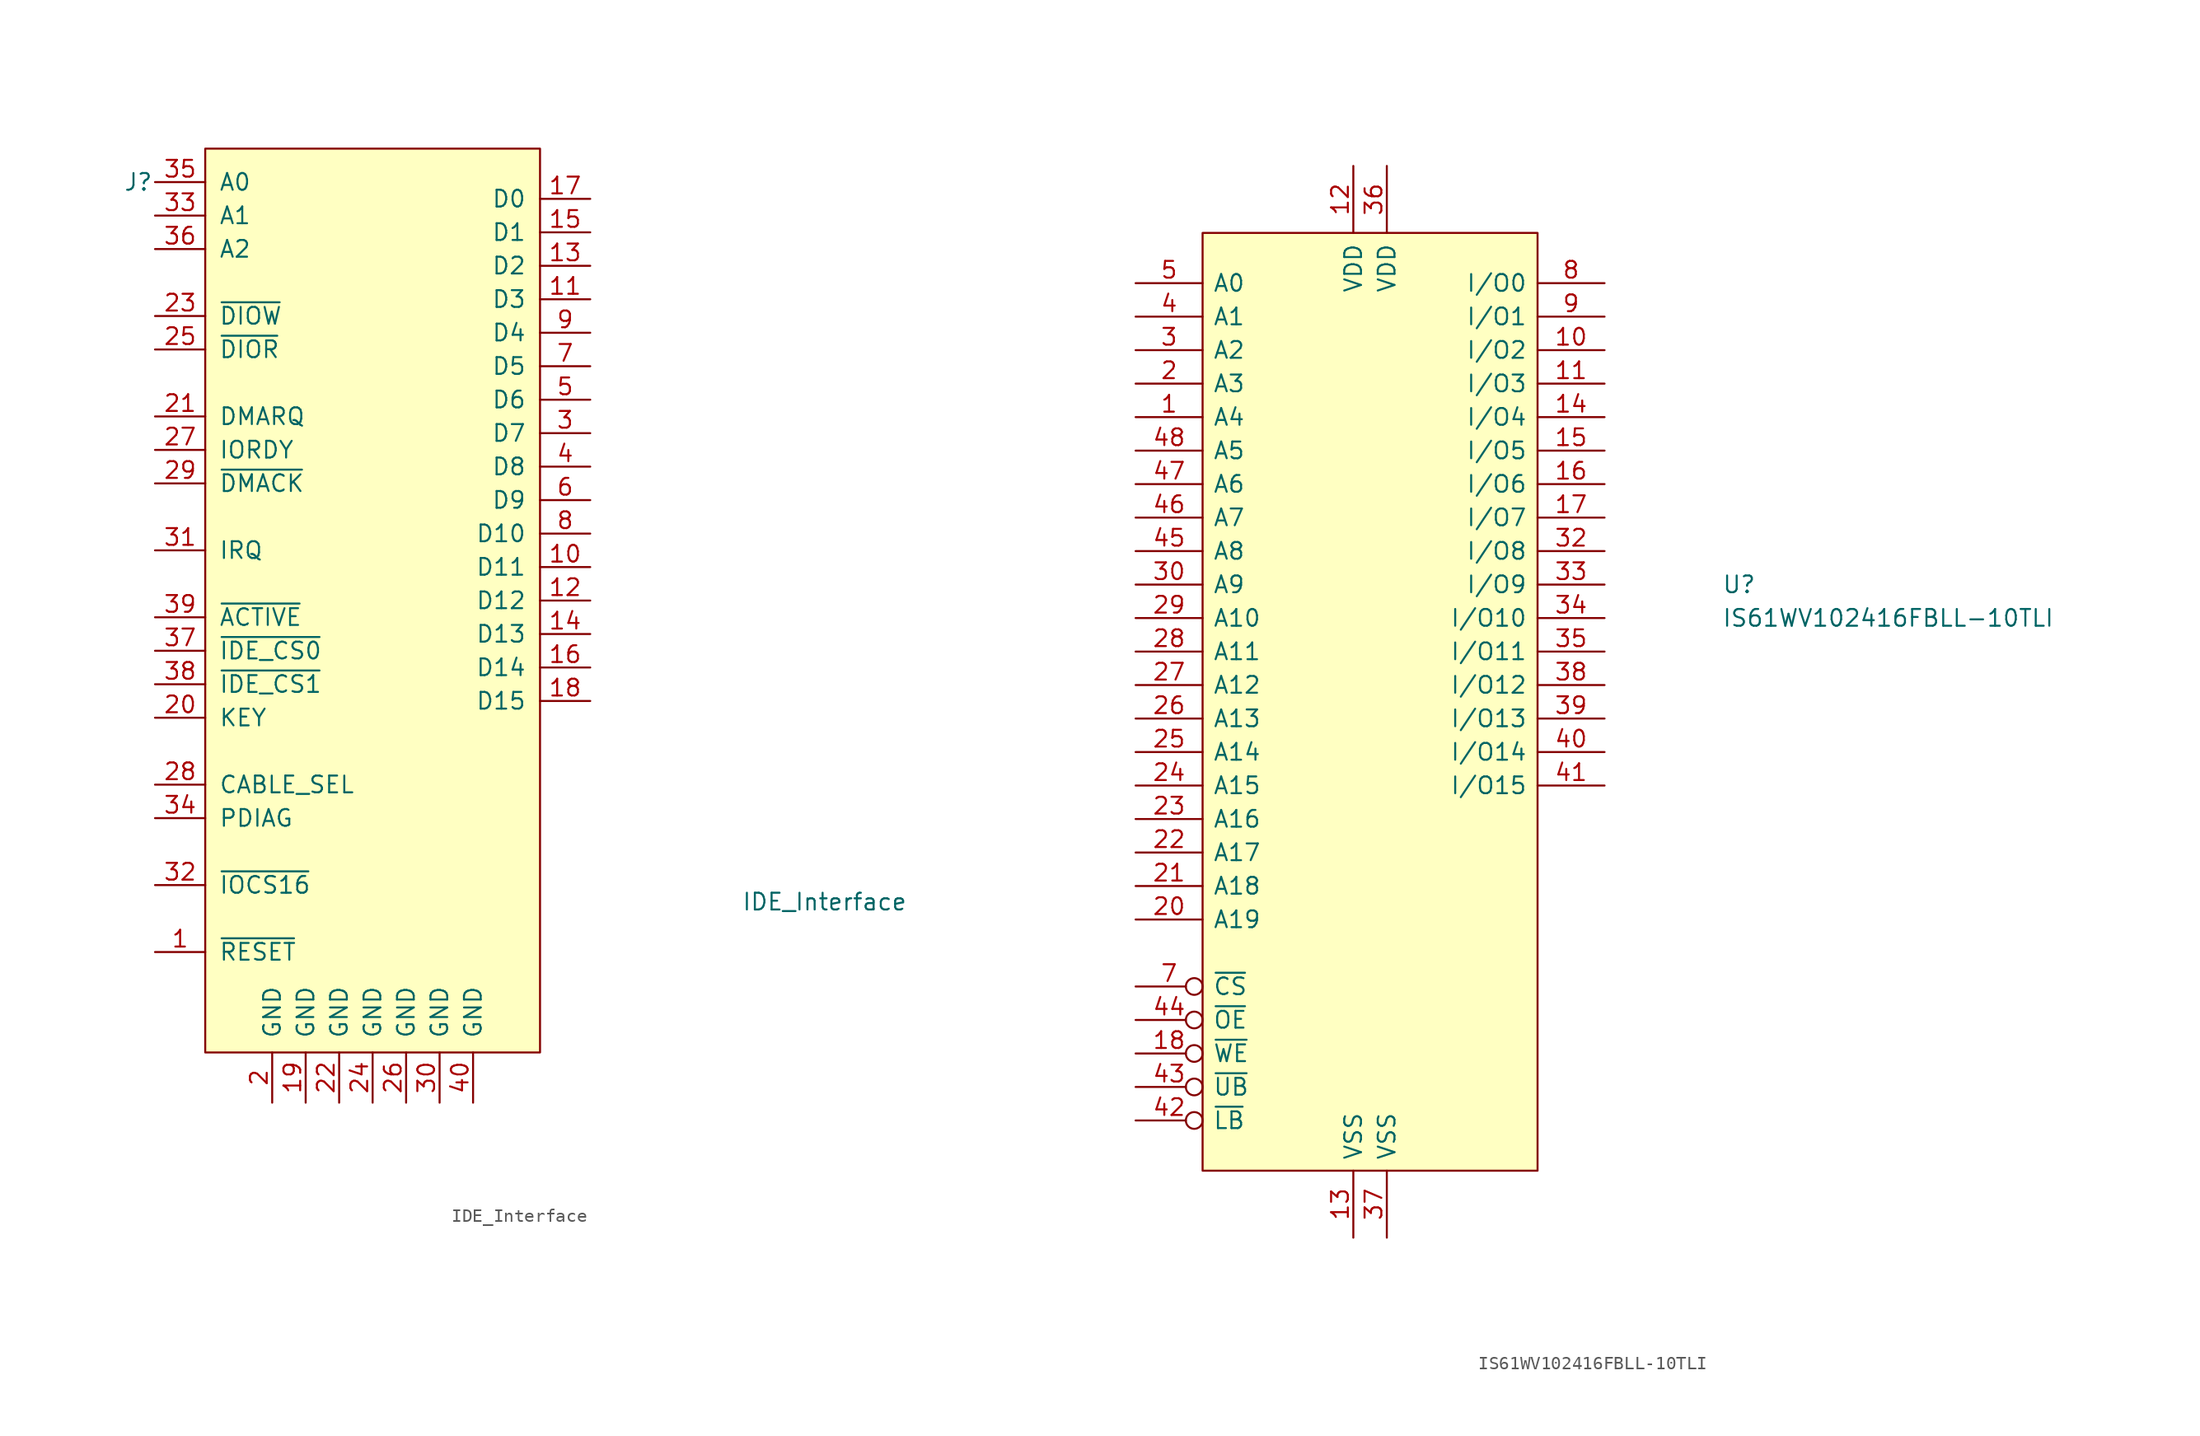
<source format=kicad_sym>
(kicad_symbol_lib
  (version 20220914)
  (generator kicad_symbol_editor)
  (symbol "IDE_Interface"
    (pin_names
      (offset 1.016))
    (property "Reference" "J"
      (at -17.78 25.4 0)
      (effects (font (size 1.27 1.27))))
    (property "Value" "IDE_Interface"
      (at 34.29 -29.21 0)
      (effects (font (size 1.27 1.27))))
    (symbol "IDE_Interface_0_1"
      (rectangle (start -12.7 27.94) (end 12.7 -40.64) (stroke (width 0) (type default)) (fill (type background))))
    (symbol "IDE_Interface_1_1"
      (pin input line (at -16.51 -33.02 0) (length 3.81) (name "~{RESET}" (effects (font (size 1.27 1.27)))) (number "1" (effects (font (size 1.27 1.27)))))
      (pin bidirectional line (at 16.51 -3.81 180) (length 3.81) (name "D11" (effects (font (size 1.27 1.27)))) (number "10" (effects (font (size 1.27 1.27)))))
      (pin bidirectional line (at 16.51 16.51 180) (length 3.81) (name "D3" (effects (font (size 1.27 1.27)))) (number "11" (effects (font (size 1.27 1.27)))))
      (pin bidirectional line (at 16.51 -6.35 180) (length 3.81) (name "D12" (effects (font (size 1.27 1.27)))) (number "12" (effects (font (size 1.27 1.27)))))
      (pin bidirectional line (at 16.51 19.05 180) (length 3.81) (name "D2" (effects (font (size 1.27 1.27)))) (number "13" (effects (font (size 1.27 1.27)))))
      (pin bidirectional line (at 16.51 -8.89 180) (length 3.81) (name "D13" (effects (font (size 1.27 1.27)))) (number "14" (effects (font (size 1.27 1.27)))))
      (pin bidirectional line (at 16.51 21.59 180) (length 3.81) (name "D1" (effects (font (size 1.27 1.27)))) (number "15" (effects (font (size 1.27 1.27)))))
      (pin bidirectional line (at 16.51 -11.43 180) (length 3.81) (name "D14" (effects (font (size 1.27 1.27)))) (number "16" (effects (font (size 1.27 1.27)))))
      (pin bidirectional line (at 16.51 24.13 180) (length 3.81) (name "D0" (effects (font (size 1.27 1.27)))) (number "17" (effects (font (size 1.27 1.27)))))
      (pin bidirectional line (at 16.51 -13.97 180) (length 3.81) (name "D15" (effects (font (size 1.27 1.27)))) (number "18" (effects (font (size 1.27 1.27)))))
      (pin power_in line (at -5.08 -44.45 90) (length 3.81) (name "GND" (effects (font (size 1.27 1.27)))) (number "19" (effects (font (size 1.27 1.27)))))
      (pin power_in line (at -7.62 -44.45 90) (length 3.81) (name "GND" (effects (font (size 1.27 1.27)))) (number "2" (effects (font (size 1.27 1.27)))))
      (pin passive line (at -16.51 -15.24 0) (length 3.81) (name "KEY" (effects (font (size 1.27 1.27)))) (number "20" (effects (font (size 1.27 1.27)))))
      (pin output line (at -16.51 7.62 0) (length 3.81) (name "DMARQ" (effects (font (size 1.27 1.27)))) (number "21" (effects (font (size 1.27 1.27)))))
      (pin power_in line (at -2.54 -44.45 90) (length 3.81) (name "GND" (effects (font (size 1.27 1.27)))) (number "22" (effects (font (size 1.27 1.27)))))
      (pin input line (at -16.51 15.24 0) (length 3.81) (name "~{DIOW}" (effects (font (size 1.27 1.27)))) (number "23" (effects (font (size 1.27 1.27)))))
      (pin power_in line (at 0 -44.45 90) (length 3.81) (name "GND" (effects (font (size 1.27 1.27)))) (number "24" (effects (font (size 1.27 1.27)))))
      (pin input line (at -16.51 12.7 0) (length 3.81) (name "~{DIOR}" (effects (font (size 1.27 1.27)))) (number "25" (effects (font (size 1.27 1.27)))))
      (pin power_in line (at 2.54 -44.45 90) (length 3.81) (name "GND" (effects (font (size 1.27 1.27)))) (number "26" (effects (font (size 1.27 1.27)))))
      (pin output line (at -16.51 5.08 0) (length 3.81) (name "IORDY" (effects (font (size 1.27 1.27)))) (number "27" (effects (font (size 1.27 1.27)))))
      (pin input line (at -16.51 -20.32 0) (length 3.81) (name "CABLE_SEL" (effects (font (size 1.27 1.27)))) (number "28" (effects (font (size 1.27 1.27)))))
      (pin input line (at -16.51 2.54 0) (length 3.81) (name "~{DMACK}" (effects (font (size 1.27 1.27)))) (number "29" (effects (font (size 1.27 1.27)))))
      (pin bidirectional line (at 16.51 6.35 180) (length 3.81) (name "D7" (effects (font (size 1.27 1.27)))) (number "3" (effects (font (size 1.27 1.27)))))
      (pin power_in line (at 5.08 -44.45 90) (length 3.81) (name "GND" (effects (font (size 1.27 1.27)))) (number "30" (effects (font (size 1.27 1.27)))))
      (pin output line (at -16.51 -2.54 0) (length 3.81) (name "IRQ" (effects (font (size 1.27 1.27)))) (number "31" (effects (font (size 1.27 1.27)))))
      (pin input line (at -16.51 -27.94 0) (length 3.81) (name "~{IOCS16}" (effects (font (size 1.27 1.27)))) (number "32" (effects (font (size 1.27 1.27)))))
      (pin input line (at -16.51 22.86 0) (length 3.81) (name "A1" (effects (font (size 1.27 1.27)))) (number "33" (effects (font (size 1.27 1.27)))))
      (pin passive line (at -16.51 -22.86 0) (length 3.81) (name "PDIAG" (effects (font (size 1.27 1.27)))) (number "34" (effects (font (size 1.27 1.27)))))
      (pin input line (at -16.51 25.4 0) (length 3.81) (name "A0" (effects (font (size 1.27 1.27)))) (number "35" (effects (font (size 1.27 1.27)))))
      (pin input line (at -16.51 20.32 0) (length 3.81) (name "A2" (effects (font (size 1.27 1.27)))) (number "36" (effects (font (size 1.27 1.27)))))
      (pin input line (at -16.51 -10.16 0) (length 3.81) (name "~{IDE_CS0}" (effects (font (size 1.27 1.27)))) (number "37" (effects (font (size 1.27 1.27)))))
      (pin input line (at -16.51 -12.7 0) (length 3.81) (name "~{IDE_CS1}" (effects (font (size 1.27 1.27)))) (number "38" (effects (font (size 1.27 1.27)))))
      (pin output line (at -16.51 -7.62 0) (length 3.81) (name "~{ACTIVE}" (effects (font (size 1.27 1.27)))) (number "39" (effects (font (size 1.27 1.27)))))
      (pin bidirectional line (at 16.51 3.81 180) (length 3.81) (name "D8" (effects (font (size 1.27 1.27)))) (number "4" (effects (font (size 1.27 1.27)))))
      (pin power_in line (at 7.62 -44.45 90) (length 3.81) (name "GND" (effects (font (size 1.27 1.27)))) (number "40" (effects (font (size 1.27 1.27)))))
      (pin bidirectional line (at 16.51 8.89 180) (length 3.81) (name "D6" (effects (font (size 1.27 1.27)))) (number "5" (effects (font (size 1.27 1.27)))))
      (pin bidirectional line (at 16.51 1.27 180) (length 3.81) (name "D9" (effects (font (size 1.27 1.27)))) (number "6" (effects (font (size 1.27 1.27)))))
      (pin bidirectional line (at 16.51 11.43 180) (length 3.81) (name "D5" (effects (font (size 1.27 1.27)))) (number "7" (effects (font (size 1.27 1.27)))))
      (pin bidirectional line (at 16.51 -1.27 180) (length 3.81) (name "D10" (effects (font (size 1.27 1.27)))) (number "8" (effects (font (size 1.27 1.27)))))
      (pin bidirectional line (at 16.51 13.97 180) (length 3.81) (name "D4" (effects (font (size 1.27 1.27)))) (number "9" (effects (font (size 1.27 1.27)))))))
  (symbol "IS61WV102416FBLL-10TLI"
    (pin_names
      (offset 0.762))
    (property "Reference" "U"
      (at 26.67 7.62 0)
      (effects (font (size 1.27 1.27)) (justify left)))
    (property "Value" "IS61WV102416FBLL-10TLI"
      (at 26.67 5.08 0)
      (effects (font (size 1.27 1.27)) (justify left)))
    (symbol "IS61WV102416FBLL-10TLI_0_0"
      (pin input line (at -17.78 20.32 0) (length 5.08) (name "A4" (effects (font (size 1.27 1.27)))) (number "1" (effects (font (size 1.27 1.27)))))
      (pin bidirectional line (at 17.78 25.4 180) (length 5.08) (name "I/O2" (effects (font (size 1.27 1.27)))) (number "10" (effects (font (size 1.27 1.27)))))
      (pin bidirectional line (at 17.78 22.86 180) (length 5.08) (name "I/O3" (effects (font (size 1.27 1.27)))) (number "11" (effects (font (size 1.27 1.27)))))
      (pin power_in line (at -1.27 39.37 270) (length 5.08) (name "VDD" (effects (font (size 1.27 1.27)))) (number "12" (effects (font (size 1.27 1.27)))))
      (pin power_in line (at -1.27 -41.91 90) (length 5.08) (name "VSS" (effects (font (size 1.27 1.27)))) (number "13" (effects (font (size 1.27 1.27)))))
      (pin bidirectional line (at 17.78 20.32 180) (length 5.08) (name "I/O4" (effects (font (size 1.27 1.27)))) (number "14" (effects (font (size 1.27 1.27)))))
      (pin bidirectional line (at 17.78 17.78 180) (length 5.08) (name "I/O5" (effects (font (size 1.27 1.27)))) (number "15" (effects (font (size 1.27 1.27)))))
      (pin bidirectional line (at 17.78 15.24 180) (length 5.08) (name "I/O6" (effects (font (size 1.27 1.27)))) (number "16" (effects (font (size 1.27 1.27)))))
      (pin bidirectional line (at 17.78 12.7 180) (length 5.08) (name "I/O7" (effects (font (size 1.27 1.27)))) (number "17" (effects (font (size 1.27 1.27)))))
      (pin input inverted (at -17.78 -27.94 0) (length 5.08) (name "~{WE}" (effects (font (size 1.27 1.27)))) (number "18" (effects (font (size 1.27 1.27)))))
      (pin no_connect line (at 17.78 -25.4 180) (length 5.08) hide (name "NC_2" (effects (font (size 1.27 1.27)))) (number "19" (effects (font (size 1.27 1.27)))))
      (pin input line (at -17.78 22.86 0) (length 5.08) (name "A3" (effects (font (size 1.27 1.27)))) (number "2" (effects (font (size 1.27 1.27)))))
      (pin input line (at -17.78 -17.78 0) (length 5.08) (name "A19" (effects (font (size 1.27 1.27)))) (number "20" (effects (font (size 1.27 1.27)))))
      (pin input line (at -17.78 -15.24 0) (length 5.08) (name "A18" (effects (font (size 1.27 1.27)))) (number "21" (effects (font (size 1.27 1.27)))))
      (pin input line (at -17.78 -12.7 0) (length 5.08) (name "A17" (effects (font (size 1.27 1.27)))) (number "22" (effects (font (size 1.27 1.27)))))
      (pin input line (at -17.78 -10.16 0) (length 5.08) (name "A16" (effects (font (size 1.27 1.27)))) (number "23" (effects (font (size 1.27 1.27)))))
      (pin input line (at -17.78 -7.62 0) (length 5.08) (name "A15" (effects (font (size 1.27 1.27)))) (number "24" (effects (font (size 1.27 1.27)))))
      (pin input line (at -17.78 -5.08 0) (length 5.08) (name "A14" (effects (font (size 1.27 1.27)))) (number "25" (effects (font (size 1.27 1.27)))))
      (pin input line (at -17.78 -2.54 0) (length 5.08) (name "A13" (effects (font (size 1.27 1.27)))) (number "26" (effects (font (size 1.27 1.27)))))
      (pin input line (at -17.78 0 0) (length 5.08) (name "A12" (effects (font (size 1.27 1.27)))) (number "27" (effects (font (size 1.27 1.27)))))
      (pin input line (at -17.78 2.54 0) (length 5.08) (name "A11" (effects (font (size 1.27 1.27)))) (number "28" (effects (font (size 1.27 1.27)))))
      (pin input line (at -17.78 5.08 0) (length 5.08) (name "A10" (effects (font (size 1.27 1.27)))) (number "29" (effects (font (size 1.27 1.27)))))
      (pin input line (at -17.78 25.4 0) (length 5.08) (name "A2" (effects (font (size 1.27 1.27)))) (number "3" (effects (font (size 1.27 1.27)))))
      (pin input line (at -17.78 7.62 0) (length 5.08) (name "A9" (effects (font (size 1.27 1.27)))) (number "30" (effects (font (size 1.27 1.27)))))
      (pin no_connect line (at 17.78 -27.94 180) (length 5.08) hide (name "NC_3" (effects (font (size 1.27 1.27)))) (number "31" (effects (font (size 1.27 1.27)))))
      (pin bidirectional line (at 17.78 10.16 180) (length 5.08) (name "I/O8" (effects (font (size 1.27 1.27)))) (number "32" (effects (font (size 1.27 1.27)))))
      (pin bidirectional line (at 17.78 7.62 180) (length 5.08) (name "I/O9" (effects (font (size 1.27 1.27)))) (number "33" (effects (font (size 1.27 1.27)))))
      (pin bidirectional line (at 17.78 5.08 180) (length 5.08) (name "I/O10" (effects (font (size 1.27 1.27)))) (number "34" (effects (font (size 1.27 1.27)))))
      (pin bidirectional line (at 17.78 2.54 180) (length 5.08) (name "I/O11" (effects (font (size 1.27 1.27)))) (number "35" (effects (font (size 1.27 1.27)))))
      (pin power_in line (at 1.27 39.37 270) (length 5.08) (name "VDD" (effects (font (size 1.27 1.27)))) (number "36" (effects (font (size 1.27 1.27)))))
      (pin power_in line (at 1.27 -41.91 90) (length 5.08) (name "VSS" (effects (font (size 1.27 1.27)))) (number "37" (effects (font (size 1.27 1.27)))))
      (pin bidirectional line (at 17.78 0 180) (length 5.08) (name "I/O12" (effects (font (size 1.27 1.27)))) (number "38" (effects (font (size 1.27 1.27)))))
      (pin bidirectional line (at 17.78 -2.54 180) (length 5.08) (name "I/O13" (effects (font (size 1.27 1.27)))) (number "39" (effects (font (size 1.27 1.27)))))
      (pin input line (at -17.78 27.94 0) (length 5.08) (name "A1" (effects (font (size 1.27 1.27)))) (number "4" (effects (font (size 1.27 1.27)))))
      (pin bidirectional line (at 17.78 -5.08 180) (length 5.08) (name "I/O14" (effects (font (size 1.27 1.27)))) (number "40" (effects (font (size 1.27 1.27)))))
      (pin bidirectional line (at 17.78 -7.62 180) (length 5.08) (name "I/O15" (effects (font (size 1.27 1.27)))) (number "41" (effects (font (size 1.27 1.27)))))
      (pin input inverted (at -17.78 -33.02 0) (length 5.08) (name "~{LB}" (effects (font (size 1.27 1.27)))) (number "42" (effects (font (size 1.27 1.27)))))
      (pin input inverted (at -17.78 -30.48 0) (length 5.08) (name "~{UB}" (effects (font (size 1.27 1.27)))) (number "43" (effects (font (size 1.27 1.27)))))
      (pin input inverted (at -17.78 -25.4 0) (length 5.08) (name "~{OE}" (effects (font (size 1.27 1.27)))) (number "44" (effects (font (size 1.27 1.27)))))
      (pin input line (at -17.78 10.16 0) (length 5.08) (name "A8" (effects (font (size 1.27 1.27)))) (number "45" (effects (font (size 1.27 1.27)))))
      (pin input line (at -17.78 12.7 0) (length 5.08) (name "A7" (effects (font (size 1.27 1.27)))) (number "46" (effects (font (size 1.27 1.27)))))
      (pin input line (at -17.78 15.24 0) (length 5.08) (name "A6" (effects (font (size 1.27 1.27)))) (number "47" (effects (font (size 1.27 1.27)))))
      (pin input line (at -17.78 17.78 0) (length 5.08) (name "A5" (effects (font (size 1.27 1.27)))) (number "48" (effects (font (size 1.27 1.27)))))
      (pin input line (at -17.78 30.48 0) (length 5.08) (name "A0" (effects (font (size 1.27 1.27)))) (number "5" (effects (font (size 1.27 1.27)))))
      (pin no_connect line (at 17.78 -22.86 180) (length 5.08) hide (name "NC_1" (effects (font (size 1.27 1.27)))) (number "6" (effects (font (size 1.27 1.27)))))
      (pin input inverted (at -17.78 -22.86 0) (length 5.08) (name "~{CS}" (effects (font (size 1.27 1.27)))) (number "7" (effects (font (size 1.27 1.27)))))
      (pin bidirectional line (at 17.78 30.48 180) (length 5.08) (name "I/O0" (effects (font (size 1.27 1.27)))) (number "8" (effects (font (size 1.27 1.27)))))
      (pin bidirectional line (at 17.78 27.94 180) (length 5.08) (name "I/O1" (effects (font (size 1.27 1.27)))) (number "9" (effects (font (size 1.27 1.27))))))
    (symbol "IS61WV102416FBLL-10TLI_0_1"
      (rectangle (start -12.7 34.29) (end 12.7 -36.83) (stroke (width 0) (type default)) (fill (type background))))))
</source>
